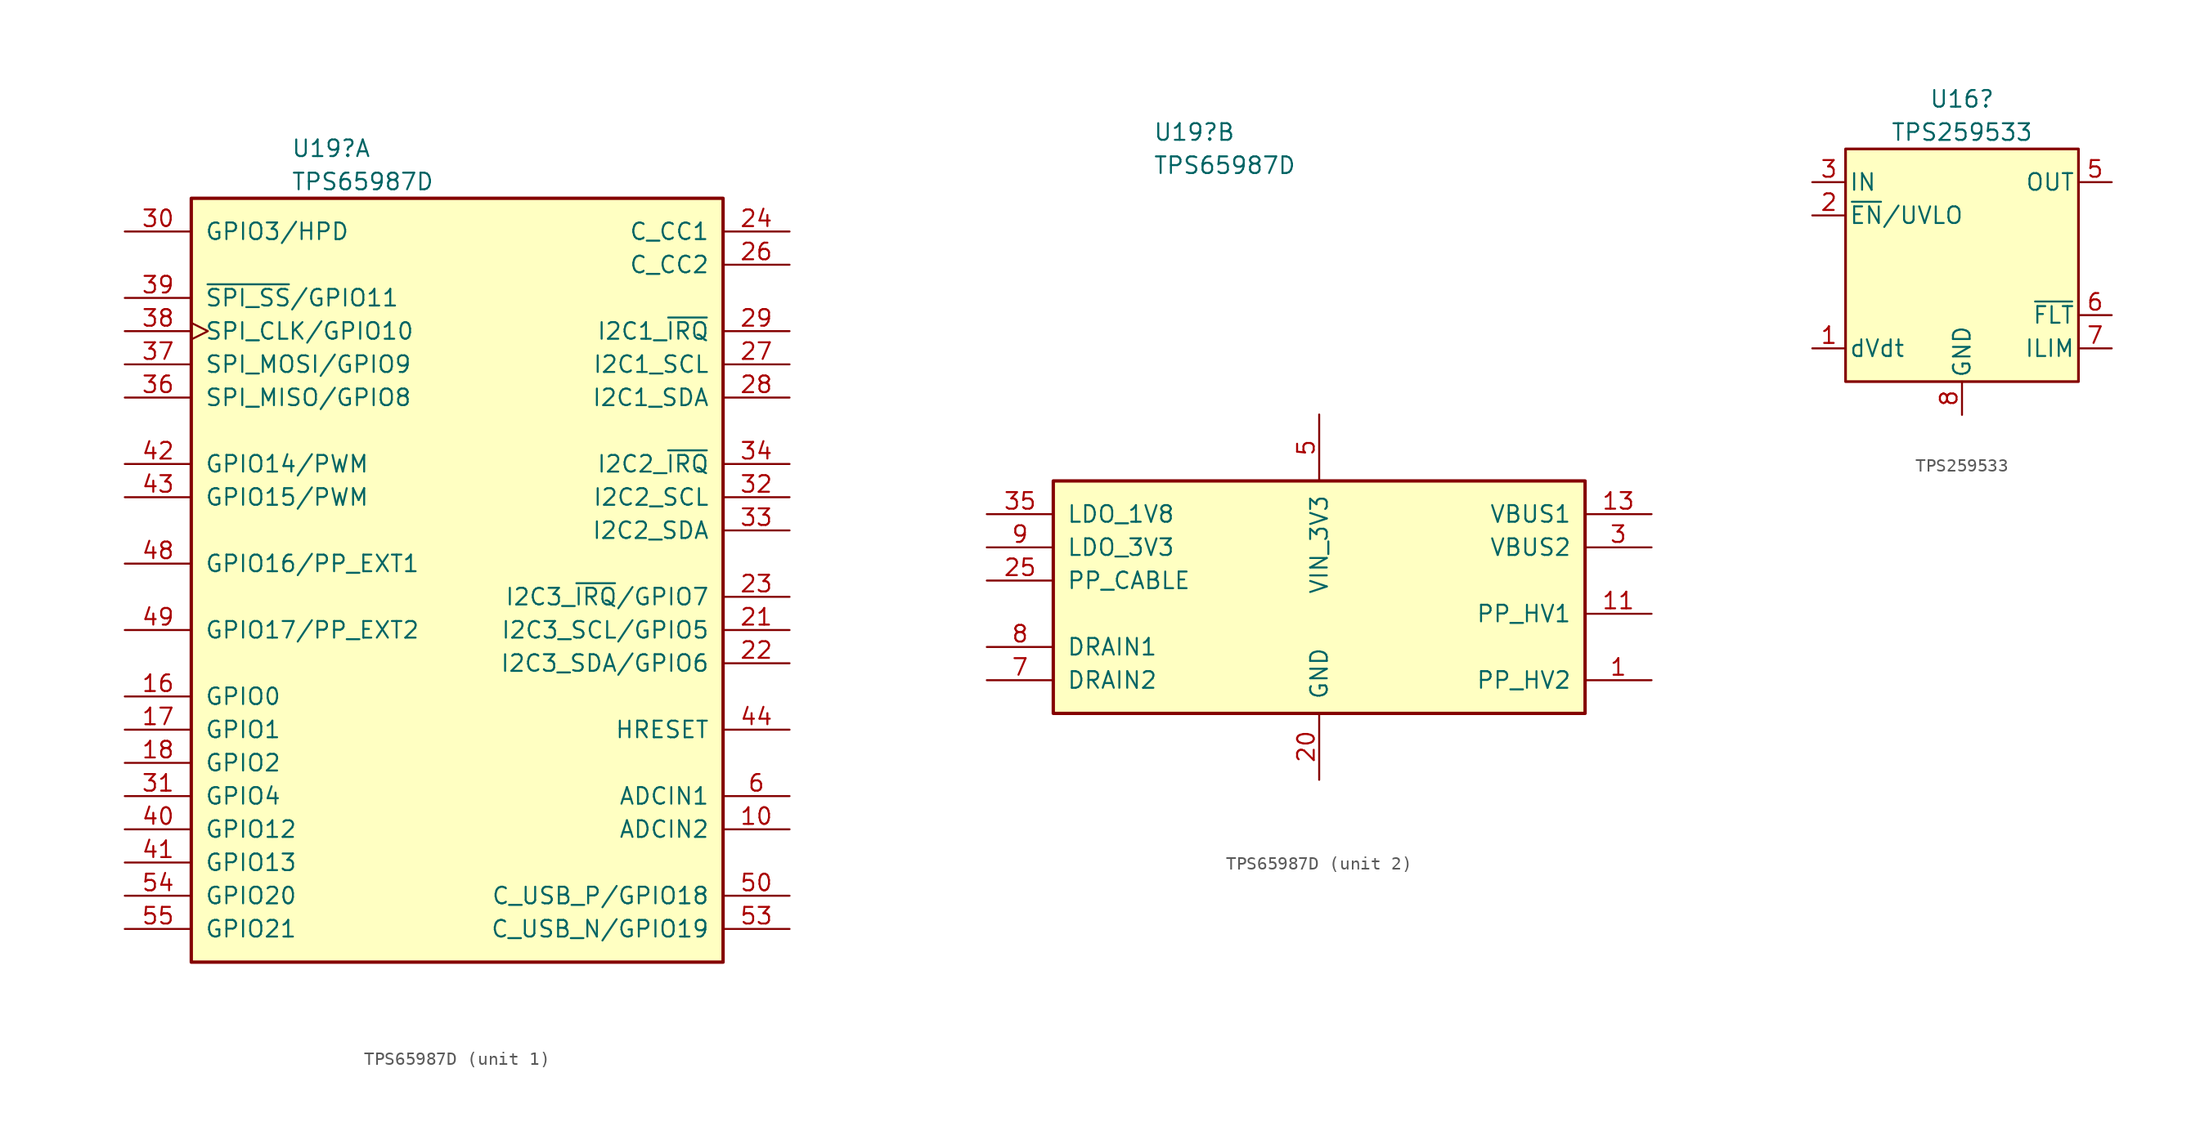
<source format=kicad_sym>
(kicad_symbol_lib
  (version 20220914)
  (generator kicad_symbol_editor)
  (symbol "TPS65987D"
    (pin_names
      (offset 1.016))
    (property "Reference" "U19"
      (at -12.7 34.29 0)
      (effects (font (size 1.27 1.27)) (justify left)))
    (property "Value" "TPS65987D"
      (at -12.7 31.75 0)
      (effects (font (size 1.27 1.27)) (justify left)))
    (property "ki_locked" ""
      (at 0 0 0)
      (effects (font (size 1.27 1.27))))
    (symbol "TPS65987D_1_0"
      (rectangle (start -20.32 30.48) (end 20.32 -27.94) (stroke (width 0.254) (type default)) (fill (type background)))
      (pin input line (at 25.4 -17.78 180) (length 5.08) (name "ADCIN2" (effects (font (size 1.27 1.27)))) (number "10" (effects (font (size 1.27 1.27)))))
      (pin bidirectional line (at -25.4 -7.62 0) (length 5.08) (name "GPIO0" (effects (font (size 1.27 1.27)))) (number "16" (effects (font (size 1.27 1.27)))))
      (pin bidirectional line (at -25.4 -10.16 0) (length 5.08) (name "GPIO1" (effects (font (size 1.27 1.27)))) (number "17" (effects (font (size 1.27 1.27)))))
      (pin bidirectional line (at -25.4 -12.7 0) (length 5.08) (name "GPIO2" (effects (font (size 1.27 1.27)))) (number "18" (effects (font (size 1.27 1.27)))))
      (pin bidirectional line (at 25.4 -2.54 180) (length 5.08) (name "I2C3_SCL/GPIO5" (effects (font (size 1.27 1.27)))) (number "21" (effects (font (size 1.27 1.27)))))
      (pin bidirectional line (at 25.4 -5.08 180) (length 5.08) (name "I2C3_SDA/GPIO6" (effects (font (size 1.27 1.27)))) (number "22" (effects (font (size 1.27 1.27)))))
      (pin bidirectional line (at 25.4 0 180) (length 5.08) (name "I2C3_~{IRQ}/GPIO7" (effects (font (size 1.27 1.27)))) (number "23" (effects (font (size 1.27 1.27)))))
      (pin bidirectional line (at 25.4 27.94 180) (length 5.08) (name "C_CC1" (effects (font (size 1.27 1.27)))) (number "24" (effects (font (size 1.27 1.27)))))
      (pin bidirectional line (at 25.4 25.4 180) (length 5.08) (name "C_CC2" (effects (font (size 1.27 1.27)))) (number "26" (effects (font (size 1.27 1.27)))))
      (pin bidirectional line (at 25.4 17.78 180) (length 5.08) (name "I2C1_SCL" (effects (font (size 1.27 1.27)))) (number "27" (effects (font (size 1.27 1.27)))))
      (pin bidirectional line (at 25.4 15.24 180) (length 5.08) (name "I2C1_SDA" (effects (font (size 1.27 1.27)))) (number "28" (effects (font (size 1.27 1.27)))))
      (pin output line (at 25.4 20.32 180) (length 5.08) (name "I2C1_~{IRQ}" (effects (font (size 1.27 1.27)))) (number "29" (effects (font (size 1.27 1.27)))))
      (pin bidirectional line (at -25.4 27.94 0) (length 5.08) (name "GPIO3/HPD" (effects (font (size 1.27 1.27)))) (number "30" (effects (font (size 1.27 1.27)))))
      (pin bidirectional line (at -25.4 -15.24 0) (length 5.08) (name "GPIO4" (effects (font (size 1.27 1.27)))) (number "31" (effects (font (size 1.27 1.27)))))
      (pin bidirectional line (at 25.4 7.62 180) (length 5.08) (name "I2C2_SCL" (effects (font (size 1.27 1.27)))) (number "32" (effects (font (size 1.27 1.27)))))
      (pin bidirectional line (at 25.4 5.08 180) (length 5.08) (name "I2C2_SDA" (effects (font (size 1.27 1.27)))) (number "33" (effects (font (size 1.27 1.27)))))
      (pin output line (at 25.4 10.16 180) (length 5.08) (name "I2C2_~{IRQ}" (effects (font (size 1.27 1.27)))) (number "34" (effects (font (size 1.27 1.27)))))
      (pin bidirectional line (at -25.4 15.24 0) (length 5.08) (name "SPI_MISO/GPIO8" (effects (font (size 1.27 1.27)))) (number "36" (effects (font (size 1.27 1.27)))))
      (pin bidirectional line (at -25.4 17.78 0) (length 5.08) (name "SPI_MOSI/GPIO9" (effects (font (size 1.27 1.27)))) (number "37" (effects (font (size 1.27 1.27)))))
      (pin bidirectional clock (at -25.4 20.32 0) (length 5.08) (name "SPI_CLK/GPIO10" (effects (font (size 1.27 1.27)))) (number "38" (effects (font (size 1.27 1.27)))))
      (pin bidirectional line (at -25.4 22.86 0) (length 5.08) (name "~{SPI_SS}/GPIO11" (effects (font (size 1.27 1.27)))) (number "39" (effects (font (size 1.27 1.27)))))
      (pin bidirectional line (at -25.4 -17.78 0) (length 5.08) (name "GPIO12" (effects (font (size 1.27 1.27)))) (number "40" (effects (font (size 1.27 1.27)))))
      (pin bidirectional line (at -25.4 -20.32 0) (length 5.08) (name "GPIO13" (effects (font (size 1.27 1.27)))) (number "41" (effects (font (size 1.27 1.27)))))
      (pin bidirectional line (at -25.4 10.16 0) (length 5.08) (name "GPIO14/PWM" (effects (font (size 1.27 1.27)))) (number "42" (effects (font (size 1.27 1.27)))))
      (pin bidirectional line (at -25.4 7.62 0) (length 5.08) (name "GPIO15/PWM" (effects (font (size 1.27 1.27)))) (number "43" (effects (font (size 1.27 1.27)))))
      (pin bidirectional line (at 25.4 -10.16 180) (length 5.08) (name "HRESET" (effects (font (size 1.27 1.27)))) (number "44" (effects (font (size 1.27 1.27)))))
      (pin bidirectional line (at -25.4 2.54 0) (length 5.08) (name "GPIO16/PP_EXT1" (effects (font (size 1.27 1.27)))) (number "48" (effects (font (size 1.27 1.27)))))
      (pin bidirectional line (at -25.4 -2.54 0) (length 5.08) (name "GPIO17/PP_EXT2" (effects (font (size 1.27 1.27)))) (number "49" (effects (font (size 1.27 1.27)))))
      (pin bidirectional line (at 25.4 -22.86 180) (length 5.08) (name "C_USB_P/GPIO18" (effects (font (size 1.27 1.27)))) (number "50" (effects (font (size 1.27 1.27)))))
      (pin bidirectional line (at 25.4 -25.4 180) (length 5.08) (name "C_USB_N/GPIO19" (effects (font (size 1.27 1.27)))) (number "53" (effects (font (size 1.27 1.27)))))
      (pin bidirectional line (at -25.4 -22.86 0) (length 5.08) (name "GPIO20" (effects (font (size 1.27 1.27)))) (number "54" (effects (font (size 1.27 1.27)))))
      (pin bidirectional line (at -25.4 -25.4 0) (length 5.08) (name "GPIO21" (effects (font (size 1.27 1.27)))) (number "55" (effects (font (size 1.27 1.27)))))
      (pin input line (at 25.4 -15.24 180) (length 5.08) (name "ADCIN1" (effects (font (size 1.27 1.27)))) (number "6" (effects (font (size 1.27 1.27))))))
    (symbol "TPS65987D_2_0"
      (rectangle (start -20.32 7.62) (end 20.32 -10.16) (stroke (width 0.254) (type default)) (fill (type background)))
      (pin bidirectional line (at 25.4 -7.62 180) (length 5.08) (name "PP_HV2" (effects (font (size 1.27 1.27)))) (number "1" (effects (font (size 1.27 1.27)))))
      (pin bidirectional line (at 25.4 -2.54 180) (length 5.08) (name "PP_HV1" (effects (font (size 1.27 1.27)))) (number "11" (effects (font (size 1.27 1.27)))))
      (pin power_in line (at 25.4 5.08 180) (length 5.08) (name "VBUS1" (effects (font (size 1.27 1.27)))) (number "13" (effects (font (size 1.27 1.27)))))
      (pin passive line (at -25.4 -5.08 0) (length 5.08) hide (name "DRAIN1" (effects (font (size 1.27 1.27)))) (number "15" (effects (font (size 1.27 1.27)))))
      (pin passive line (at -25.4 -5.08 0) (length 5.08) hide (name "DRAIN1" (effects (font (size 1.27 1.27)))) (number "19" (effects (font (size 1.27 1.27)))))
      (pin power_in line (at 0 -15.24 90) (length 5.08) (name "GND" (effects (font (size 1.27 1.27)))) (number "20" (effects (font (size 1.27 1.27)))))
      (pin power_in line (at -25.4 0 0) (length 5.08) (name "PP_CABLE" (effects (font (size 1.27 1.27)))) (number "25" (effects (font (size 1.27 1.27)))))
      (pin power_in line (at 25.4 2.54 180) (length 5.08) (name "VBUS2" (effects (font (size 1.27 1.27)))) (number "3" (effects (font (size 1.27 1.27)))))
      (pin power_in line (at -25.4 5.08 0) (length 5.08) (name "LDO_1V8" (effects (font (size 1.27 1.27)))) (number "35" (effects (font (size 1.27 1.27)))))
      (pin power_in line (at 0 -15.24 90) (length 5.08) hide (name "GND" (effects (font (size 1.27 1.27)))) (number "45" (effects (font (size 1.27 1.27)))))
      (pin power_in line (at 0 -15.24 90) (length 5.08) hide (name "GND" (effects (font (size 1.016 1.016)))) (number "46" (effects (font (size 1.016 1.016)))))
      (pin power_in line (at 0 -15.24 90) (length 5.08) hide (name "GND" (effects (font (size 1.016 1.016)))) (number "47" (effects (font (size 1.016 1.016)))))
      (pin power_in line (at 0 12.7 270) (length 5.08) (name "VIN_3V3" (effects (font (size 1.27 1.27)))) (number "5" (effects (font (size 1.27 1.27)))))
      (pin power_in line (at 0 -15.24 90) (length 5.08) hide (name "GND" (effects (font (size 1.016 1.016)))) (number "51" (effects (font (size 1.016 1.016)))))
      (pin passive line (at -25.4 -7.62 0) (length 5.08) hide (name "DRAIN2" (effects (font (size 1.27 1.27)))) (number "52" (effects (font (size 1.27 1.27)))))
      (pin passive line (at -25.4 -7.62 0) (length 5.08) hide (name "DRAIN2" (effects (font (size 1.27 1.27)))) (number "56" (effects (font (size 1.27 1.27)))))
      (pin passive line (at -25.4 -7.62 0) (length 5.08) hide (name "DRAIN2" (effects (font (size 1.27 1.27)))) (number "57" (effects (font (size 1.27 1.27)))))
      (pin passive line (at -25.4 -5.08 0) (length 5.08) hide (name "DRAIN1" (effects (font (size 1.27 1.27)))) (number "58" (effects (font (size 1.27 1.27)))))
      (pin power_in line (at 0 -15.24 90) (length 5.08) hide (name "GND" (effects (font (size 1.016 1.016)))) (number "59" (effects (font (size 1.016 1.016)))))
      (pin passive line (at -25.4 -7.62 0) (length 5.08) (name "DRAIN2" (effects (font (size 1.27 1.27)))) (number "7" (effects (font (size 1.27 1.27)))))
      (pin passive line (at -25.4 -5.08 0) (length 5.08) (name "DRAIN1" (effects (font (size 1.27 1.27)))) (number "8" (effects (font (size 1.27 1.27)))))
      (pin power_in line (at -25.4 2.54 0) (length 5.08) (name "LDO_3V3" (effects (font (size 1.27 1.27)))) (number "9" (effects (font (size 1.27 1.27)))))))
  (symbol "TPS259533"
    (pin_names
      (offset 0.254))
    (property "Reference" "U16"
      (at 0 13.97 0)
      (effects (font (size 1.27 1.27))))
    (property "Value" "TPS259533"
      (at 0 11.43 0)
      (effects (font (size 1.27 1.27))))
    (property "Datasheet" ""
      (at 0 0 0)
      (effects (font (size 1.524 1.524))))
    (symbol "TPS259533_1_1"
      (rectangle (start -8.89 10.16) (end 8.89 -7.62) (stroke (width 0.203) (type solid)) (fill (type background)))
      (pin input line (at -11.43 -5.08 0) (length 2.54) (name "dVdt" (effects (font (size 1.27 1.27)))) (number "1" (effects (font (size 1.27 1.27)))))
      (pin input line (at -11.43 5.08 0) (length 2.54) (name "~{EN}/UVLO" (effects (font (size 1.27 1.27)))) (number "2" (effects (font (size 1.27 1.27)))))
      (pin power_in line (at -11.43 7.62 0) (length 2.54) (name "IN" (effects (font (size 1.27 1.27)))) (number "3" (effects (font (size 1.27 1.27)))))
      (pin power_in line (at -11.43 7.62 0) (length 2.54) hide (name "IN" (effects (font (size 1.27 1.27)))) (number "4" (effects (font (size 1.27 1.27)))))
      (pin power_out line (at 11.43 7.62 180) (length 2.54) (name "OUT" (effects (font (size 1.27 1.27)))) (number "5" (effects (font (size 1.27 1.27)))))
      (pin open_collector line (at 11.43 -2.54 180) (length 2.54) (name "~{FLT}" (effects (font (size 1.27 1.27)))) (number "6" (effects (font (size 1.27 1.27)))))
      (pin input line (at 11.43 -5.08 180) (length 2.54) (name "ILIM" (effects (font (size 1.27 1.27)))) (number "7" (effects (font (size 1.27 1.27)))))
      (pin power_in line (at 0 -10.16 90) (length 2.54) (name "GND" (effects (font (size 1.27 1.27)))) (number "8" (effects (font (size 1.27 1.27)))))
      (pin power_in line (at 0 -10.16 90) (length 2.54) hide (name "GND" (effects (font (size 1.27 1.27)))) (number "9" (effects (font (size 1.27 1.27))))))))
</source>
